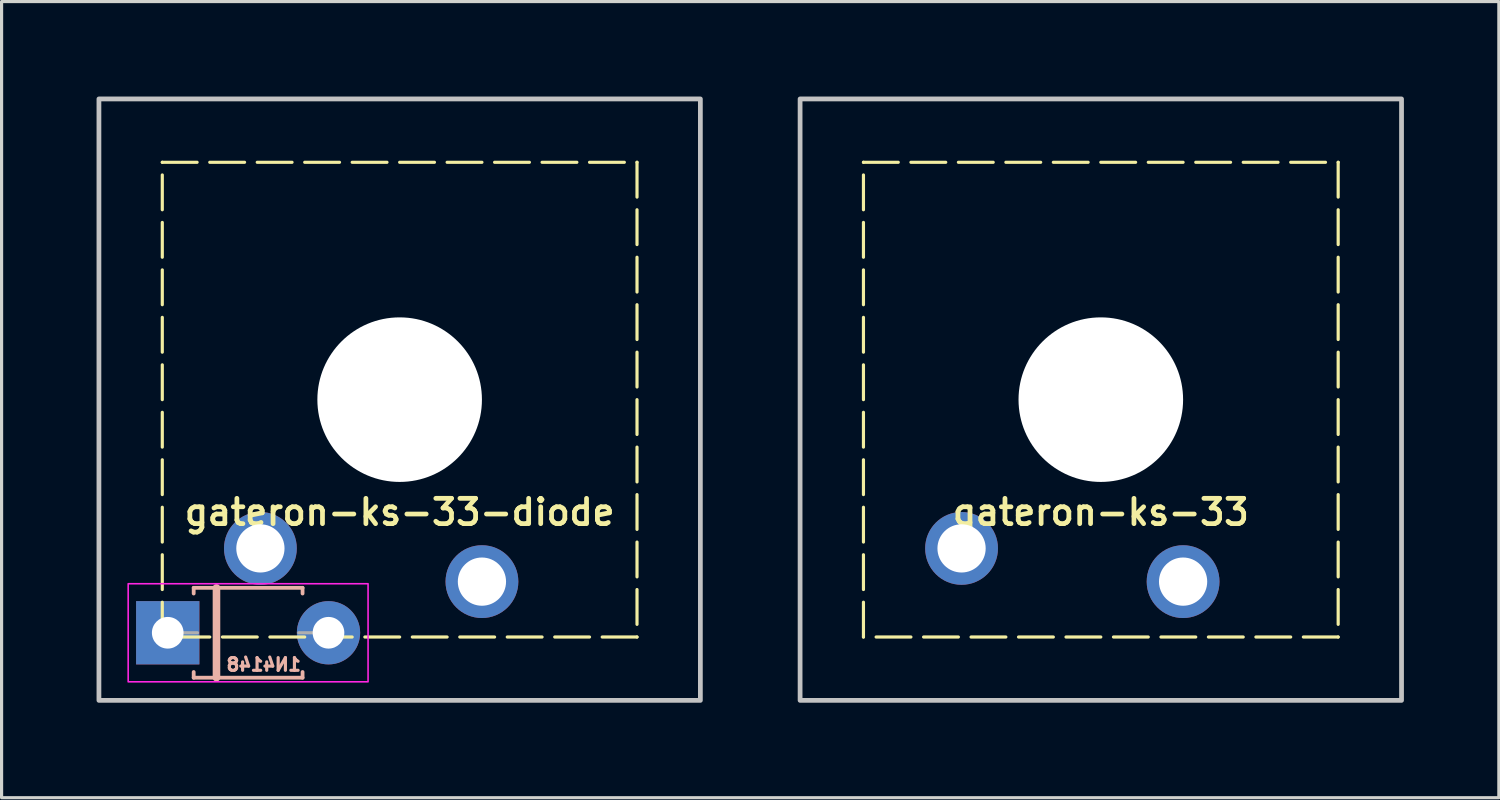
<source format=kicad_pcb>
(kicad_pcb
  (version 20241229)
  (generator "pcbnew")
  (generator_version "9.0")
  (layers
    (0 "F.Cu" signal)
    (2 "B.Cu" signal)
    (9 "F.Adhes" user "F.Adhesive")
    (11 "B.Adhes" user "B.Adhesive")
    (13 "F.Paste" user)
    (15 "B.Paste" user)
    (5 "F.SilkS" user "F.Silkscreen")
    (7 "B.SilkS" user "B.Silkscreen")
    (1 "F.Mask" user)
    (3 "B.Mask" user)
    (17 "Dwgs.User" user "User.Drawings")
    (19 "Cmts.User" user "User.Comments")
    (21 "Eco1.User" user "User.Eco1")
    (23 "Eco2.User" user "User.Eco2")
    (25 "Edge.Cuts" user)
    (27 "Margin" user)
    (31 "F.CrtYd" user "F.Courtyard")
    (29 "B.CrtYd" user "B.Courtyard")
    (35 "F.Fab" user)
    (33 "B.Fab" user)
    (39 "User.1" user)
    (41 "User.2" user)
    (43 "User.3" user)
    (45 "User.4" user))
  (footprint "gateron-ks-33-diode"
    (layer "F.Cu")
    (at 9.578 9.578)
    (property "Reference" "gateron-ks-33-diode" (at 0 3.556 0) (layer "F.SilkS") (effects (font (size 0.8 0.8) (thickness 0.15))))
    (attr through_hole)
    (fp_rect (start -7.5 -7.5) (end 7.5 7.5) (stroke (width 0.1) (type dash)) (fill no) (layer "F.SilkS"))
    (fp_line (start -6.508 5.946) (end -3.068 5.946) (stroke (width 0.12) (type solid)) (layer "B.SilkS"))
    (fp_line (start -6.508 6.126) (end -6.508 5.946) (stroke (width 0.12) (type solid)) (layer "B.SilkS"))
    (fp_line (start -6.508 8.606) (end -6.508 8.786) (stroke (width 0.12) (type solid)) (layer "B.SilkS"))
    (fp_line (start -6.508 8.786) (end -3.068 8.786) (stroke (width 0.12) (type solid)) (layer "B.SilkS"))
    (fp_line (start -5.788 5.946) (end -5.788 8.786) (stroke (width 0.24) (type solid)) (layer "B.SilkS"))
    (fp_line (start -3.068 5.946) (end -3.068 6.126) (stroke (width 0.12) (type solid)) (layer "B.SilkS"))
    (fp_line (start -3.068 8.786) (end -3.068 8.606) (stroke (width 0.12) (type solid)) (layer "B.SilkS"))
    (fp_rect (start -9.502 -9.502) (end 9.502 9.502) (stroke (width 0.15) (type default)) (fill no) (layer "Dwgs.User"))
    (fp_rect (start -8.578 5.816) (end -0.998 8.916) (stroke (width 0.05) (type solid)) (fill no) (layer "F.CrtYd"))
    (fp_line (start -7.328 7.366) (end -6.388 7.366) (stroke (width 0.1) (type solid)) (layer "F.Fab"))
    (fp_line (start -2.248 7.366) (end -3.188 7.366) (stroke (width 0.1) (type solid)) (layer "F.Fab"))
    (fp_text user "1N4148" (at -3.068 8.606 0) (unlocked yes) (layer "B.SilkS") (effects (font (size 0.4 0.4) (thickness 0.1)) (justify left bottom mirror)))
    (pad "" np_thru_hole circle (at 0 0) (size 5.2 5.2) (drill 5.2) (layers "*.Cu" "*.Mask"))
    (pad "COL" thru_hole circle (at -4.4 4.7) (size 2.3 2.3) (drill 1.524) (layers "*.Cu" "B.Mask"))
    (pad "D1" thru_hole rect (at -7.328 7.366) (size 2 2) (drill 1) (layers "*.Cu" "*.Mask"))
    (pad "D2" thru_hole oval (at -2.248 7.366) (size 2 2) (drill 1) (layers "*.Cu" "*.Mask"))
    (pad "ROW" thru_hole circle (at 2.6 5.75) (size 2.3 2.3) (drill 1.524) (layers "*.Cu" "B.Mask")))
  (footprint "gateron-ks-33"
    (layer "F.Cu")
    (at 31.733 9.578)
    (property "Reference" "gateron-ks-33" (at 0 3.556 0) (layer "F.SilkS") (effects (font (size 0.8 0.8) (thickness 0.15))))
    (attr through_hole)
    (fp_rect (start -7.5 -7.5) (end 7.5 7.5) (stroke (width 0.1) (type dash)) (fill no) (layer "F.SilkS"))
    (fp_rect (start -9.502 -9.502) (end 9.502 9.502) (stroke (width 0.15) (type default)) (fill no) (layer "Dwgs.User"))
    (pad "" np_thru_hole circle (at 0 0) (size 5.2 5.2) (drill 5.2) (layers "*.Cu" "*.Mask"))
    (pad "COL" thru_hole circle (at -4.4 4.7) (size 2.3 2.3) (drill 1.524) (layers "*.Cu" "B.Mask"))
    (pad "ROW" thru_hole circle (at 2.6 5.75) (size 2.3 2.3) (drill 1.524) (layers "*.Cu" "B.Mask")))
  (gr_rect
    (start -3 -3)
    (end 44.31 22.155)
    (stroke (width 0.1) (type default))
    (fill no)
    (layer "Edge.Cuts")))
</source>
